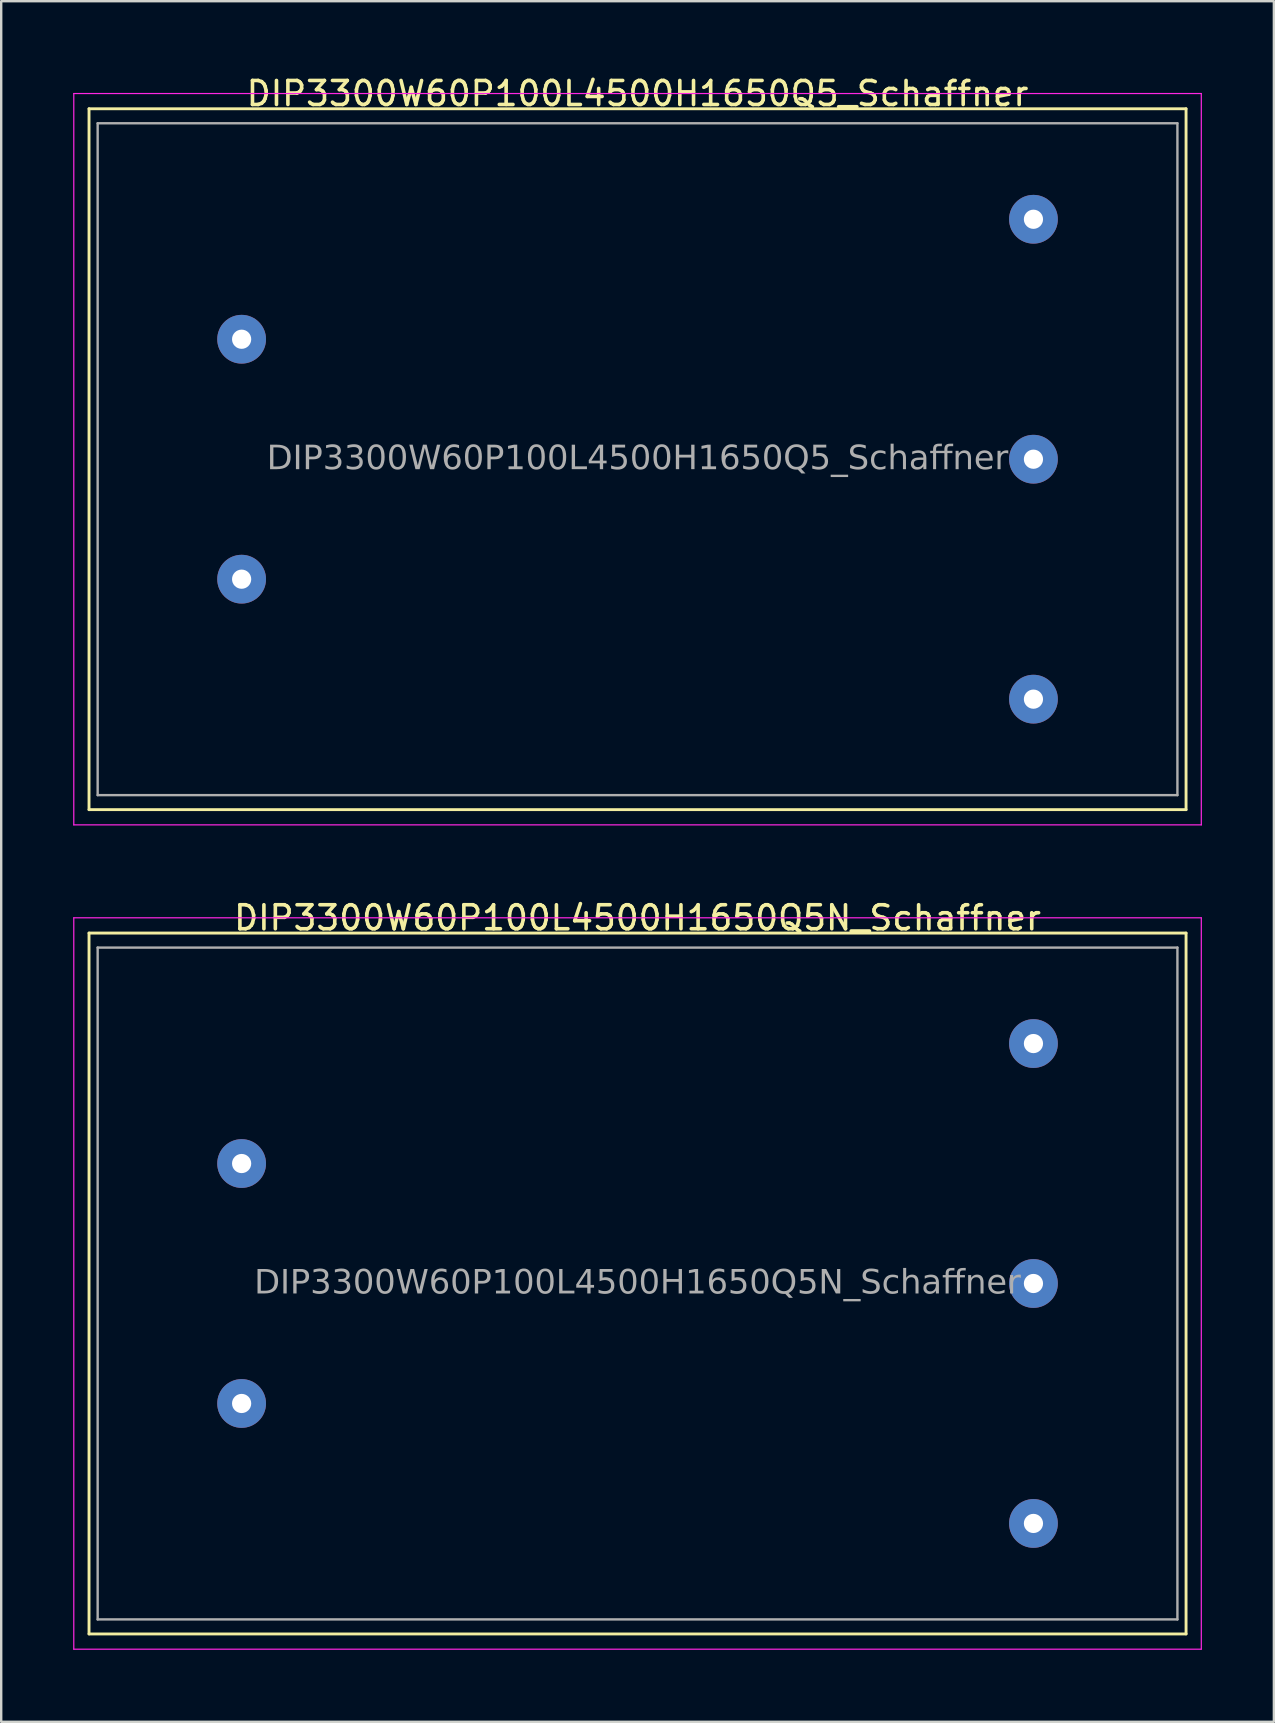
<source format=kicad_pcb>
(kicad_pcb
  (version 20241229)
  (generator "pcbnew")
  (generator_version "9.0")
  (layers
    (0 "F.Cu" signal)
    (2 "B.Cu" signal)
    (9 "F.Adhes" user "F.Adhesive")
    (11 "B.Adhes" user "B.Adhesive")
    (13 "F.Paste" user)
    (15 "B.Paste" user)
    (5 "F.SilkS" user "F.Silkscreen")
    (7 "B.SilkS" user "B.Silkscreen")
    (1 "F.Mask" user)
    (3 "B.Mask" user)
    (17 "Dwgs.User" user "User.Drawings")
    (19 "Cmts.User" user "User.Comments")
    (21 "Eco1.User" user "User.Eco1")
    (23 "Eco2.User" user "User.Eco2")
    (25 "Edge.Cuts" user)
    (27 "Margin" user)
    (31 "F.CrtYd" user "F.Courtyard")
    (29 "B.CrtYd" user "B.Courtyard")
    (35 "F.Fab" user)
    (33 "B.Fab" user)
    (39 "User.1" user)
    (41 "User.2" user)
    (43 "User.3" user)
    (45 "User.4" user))
  (footprint "DIP3300W60P100L4500H1650Q5N_Schaffner"
    (layer "F.Cu")
    (at 23.52 50.441)
    (property "Reference" "DIP3300W60P100L4500H1650Q5N_Schaffner" (at 0 -15.24 0) (layer "F.SilkS") (effects (font (size 1 1) (thickness 0.15))))
    (attr through_hole)
    (fp_line (start -22.86 -14.605) (end 22.86 -14.605) (stroke (width 0.12) (type solid)) (layer "F.SilkS"))
    (fp_line (start -22.86 14.605) (end -22.86 -14.605) (stroke (width 0.12) (type solid)) (layer "F.SilkS"))
    (fp_line (start 22.86 -14.605) (end 22.86 14.605) (stroke (width 0.12) (type solid)) (layer "F.SilkS"))
    (fp_line (start 22.86 14.605) (end -22.86 14.605) (stroke (width 0.12) (type solid)) (layer "F.SilkS"))
    (fp_line (start -23.495 15.24) (end -23.495 -15.24) (stroke (width 0.05) (type solid)) (layer "F.CrtYd"))
    (fp_line (start -23.495 15.24) (end 23.495 15.24) (stroke (width 0.05) (type solid)) (layer "F.CrtYd"))
    (fp_line (start 23.495 -15.24) (end -23.495 -15.24) (stroke (width 0.05) (type solid)) (layer "F.CrtYd"))
    (fp_line (start 23.495 -15.24) (end 23.495 15.24) (stroke (width 0.05) (type solid)) (layer "F.CrtYd"))
    (fp_line (start -22.5 -14) (end 22.5 -14) (stroke (width 0.1) (type solid)) (layer "F.Fab"))
    (fp_line (start -22.5 14) (end -22.5 -14) (stroke (width 0.1) (type solid)) (layer "F.Fab"))
    (fp_line (start -22.5 14) (end 22.5 14) (stroke (width 0.1) (type solid)) (layer "F.Fab"))
    (fp_line (start 22.5 -14) (end 22.5 14) (stroke (width 0.1) (type solid)) (layer "F.Fab"))
    (fp_text user "${REFERENCE}" (at 0 0 0) (layer "F.Fab") (effects (font (face "Tahoma") (size 1 1) (thickness 0.15))))
    (pad "N" thru_hole circle (at -16.5 5) (size 2.032 2.032) (drill 0.8) (layers "*.Cu" "*.Mask"))
    (pad "N'" thru_hole circle (at 16.5 10) (size 2.032 2.032) (drill 0.8) (layers "*.Cu" "*.Mask"))
    (pad "P" thru_hole circle (at -16.5 -5) (size 2.032 2.032) (drill 0.8) (layers "*.Cu" "*.Mask"))
    (pad "P'" thru_hole circle (at 16.5 -10) (size 2.032 2.032) (drill 0.8) (layers "*.Cu" "*.Mask"))
    (pad "PE" thru_hole circle (at 16.5 0) (size 2.032 2.032) (drill 0.8) (layers "*.Cu" "*.Mask")))
  (footprint "DIP3300W60P100L4500H1650Q5_Schaffner"
    (layer "F.Cu")
    (at 23.52 16.088)
    (property "Reference" "DIP3300W60P100L4500H1650Q5_Schaffner" (at 0 -15.24 0) (layer "F.SilkS") (effects (font (size 1 1) (thickness 0.15))))
    (attr through_hole)
    (fp_line (start -22.86 -14.605) (end 22.86 -14.605) (stroke (width 0.12) (type solid)) (layer "F.SilkS"))
    (fp_line (start -22.86 14.605) (end -22.86 -14.605) (stroke (width 0.12) (type solid)) (layer "F.SilkS"))
    (fp_line (start 22.86 -14.605) (end 22.86 14.605) (stroke (width 0.12) (type solid)) (layer "F.SilkS"))
    (fp_line (start 22.86 14.605) (end -22.86 14.605) (stroke (width 0.12) (type solid)) (layer "F.SilkS"))
    (fp_line (start -23.495 15.24) (end -23.495 -15.24) (stroke (width 0.05) (type solid)) (layer "F.CrtYd"))
    (fp_line (start -23.495 15.24) (end 23.495 15.24) (stroke (width 0.05) (type solid)) (layer "F.CrtYd"))
    (fp_line (start 23.495 -15.24) (end -23.495 -15.24) (stroke (width 0.05) (type solid)) (layer "F.CrtYd"))
    (fp_line (start 23.495 -15.24) (end 23.495 15.24) (stroke (width 0.05) (type solid)) (layer "F.CrtYd"))
    (fp_line (start -22.5 -14) (end 22.5 -14) (stroke (width 0.1) (type solid)) (layer "F.Fab"))
    (fp_line (start -22.5 14) (end -22.5 -14) (stroke (width 0.1) (type solid)) (layer "F.Fab"))
    (fp_line (start -22.5 14) (end 22.5 14) (stroke (width 0.1) (type solid)) (layer "F.Fab"))
    (fp_line (start 22.5 -14) (end 22.5 14) (stroke (width 0.1) (type solid)) (layer "F.Fab"))
    (fp_text user "${REFERENCE}" (at 0 0 0) (layer "F.Fab") (effects (font (face "Tahoma") (size 1 1) (thickness 0.15))))
    (pad "N" thru_hole circle (at -16.5 5) (size 2.032 2.032) (drill 0.8) (layers "*.Cu" "*.Mask"))
    (pad "N'" thru_hole circle (at 16.5 10) (size 2.032 2.032) (drill 0.8) (layers "*.Cu" "*.Mask"))
    (pad "P" thru_hole circle (at -16.5 -5) (size 2.032 2.032) (drill 0.8) (layers "*.Cu" "*.Mask"))
    (pad "P'" thru_hole circle (at 16.5 -10) (size 2.032 2.032) (drill 0.8) (layers "*.Cu" "*.Mask"))
    (pad "PE" thru_hole circle (at 16.5 0) (size 2.032 2.032) (drill 0.8) (layers "*.Cu" "*.Mask")))
  (gr_rect
    (start -3 -3)
    (end 50.04 68.707)
    (stroke (width 0.1) (type default))
    (fill no)
    (layer "Edge.Cuts")))
</source>
